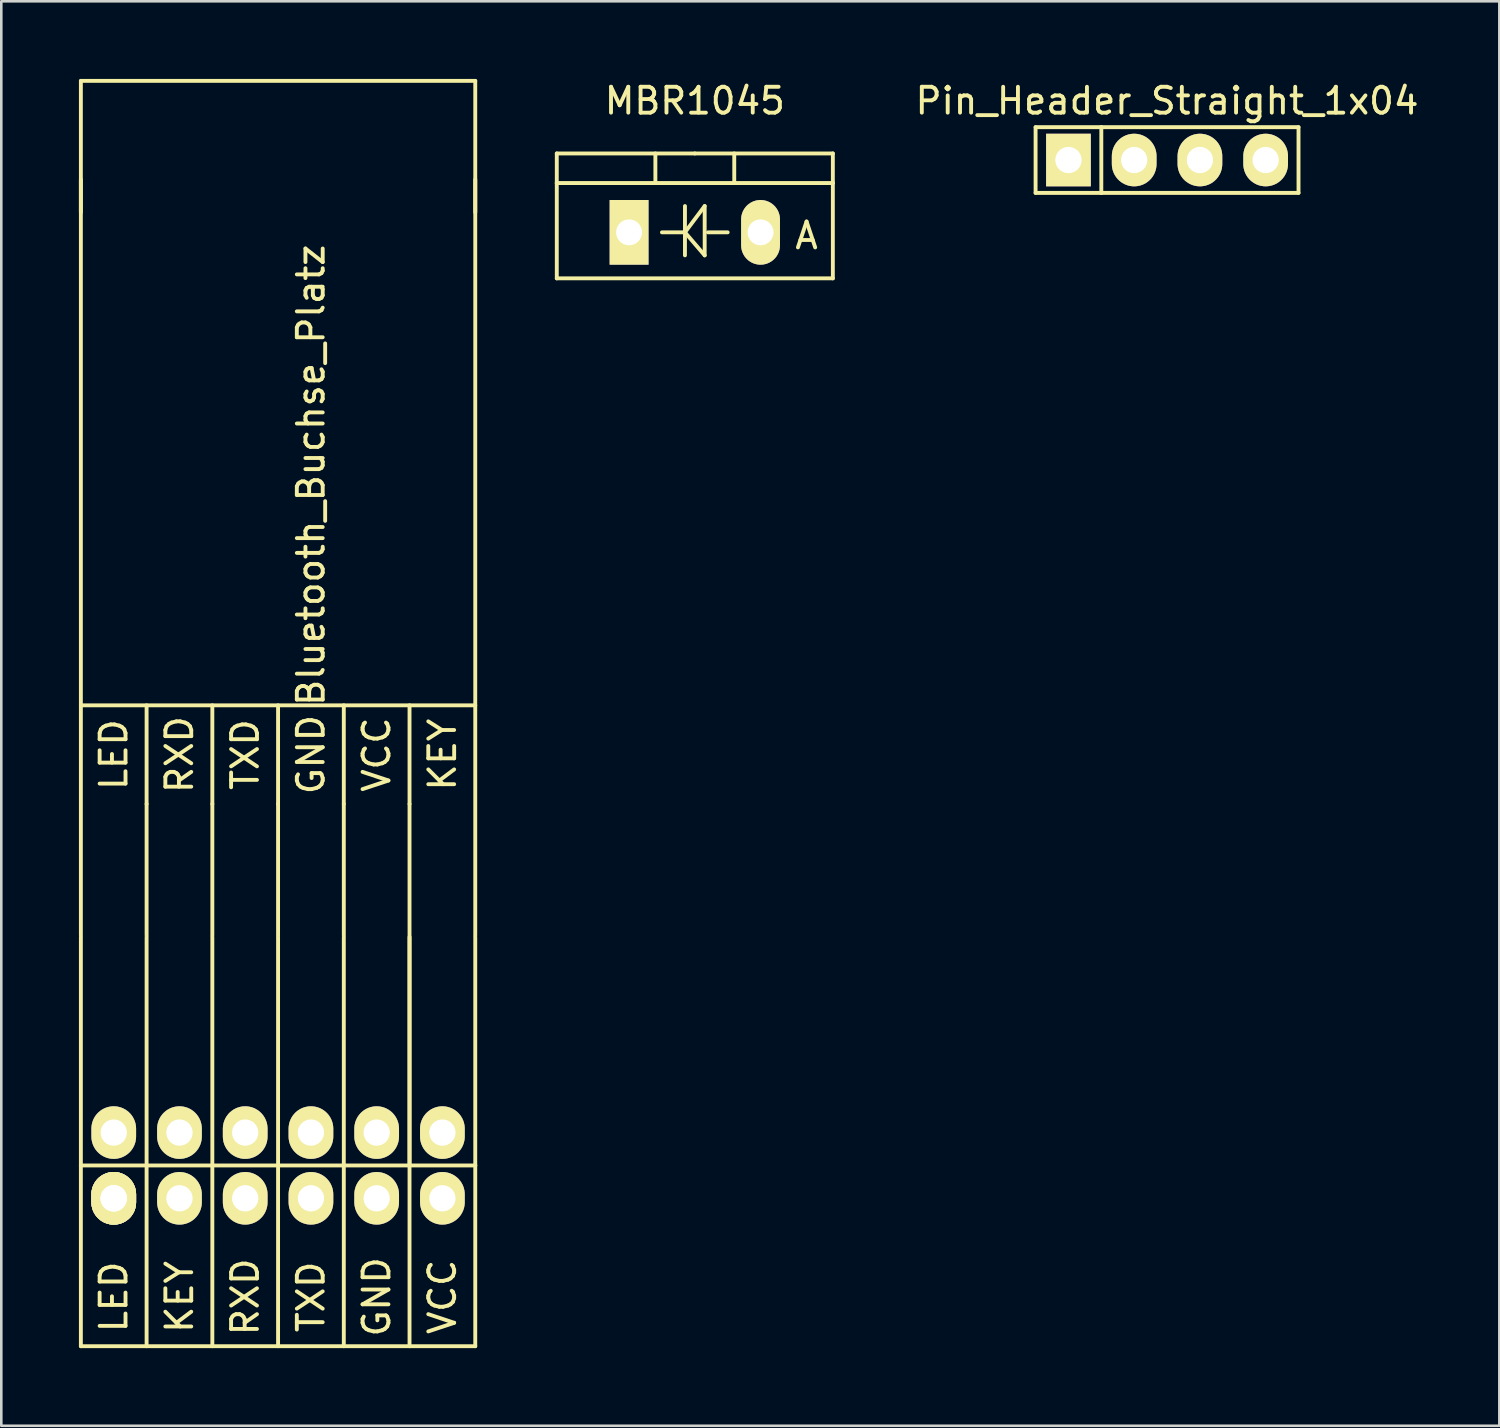
<source format=kicad_pcb>
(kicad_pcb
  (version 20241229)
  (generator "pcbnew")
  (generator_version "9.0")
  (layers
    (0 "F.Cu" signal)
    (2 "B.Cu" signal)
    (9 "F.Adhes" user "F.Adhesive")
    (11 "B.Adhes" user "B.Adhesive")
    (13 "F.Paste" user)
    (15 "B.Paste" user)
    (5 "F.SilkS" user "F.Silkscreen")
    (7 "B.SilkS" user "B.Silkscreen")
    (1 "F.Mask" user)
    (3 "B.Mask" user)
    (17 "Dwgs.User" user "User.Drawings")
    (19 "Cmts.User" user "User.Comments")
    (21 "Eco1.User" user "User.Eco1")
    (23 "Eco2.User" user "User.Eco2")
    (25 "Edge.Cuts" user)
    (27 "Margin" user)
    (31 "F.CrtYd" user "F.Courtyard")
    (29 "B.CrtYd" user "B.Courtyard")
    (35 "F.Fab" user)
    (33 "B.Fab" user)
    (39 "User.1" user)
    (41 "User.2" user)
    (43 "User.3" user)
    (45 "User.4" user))
  (footprint "MBR1045"
    (layer "F.Cu")
    (at 23.799 5.928)
    (property "Reference" "MBR1045" (at 0 -5.08 0) (layer "F.SilkS") (effects (font (size 1 1) (thickness 0.15))))
    (attr through_hole)
    (fp_line (start -5.334 -1.905) (end -5.334 -3.048) (stroke (width 0.15) (type solid)) (layer "F.SilkS"))
    (fp_line (start -5.334 1.778) (end -5.334 -1.905) (stroke (width 0.15) (type solid)) (layer "F.SilkS"))
    (fp_line (start -1.524 -3.048) (end -1.524 -1.905) (stroke (width 0.15) (type solid)) (layer "F.SilkS"))
    (fp_line (start -0.381 -1.016) (end -0.381 0.889) (stroke (width 0.15) (type solid)) (layer "F.SilkS"))
    (fp_line (start -0.381 0) (end -1.27 0) (stroke (width 0.15) (type solid)) (layer "F.SilkS"))
    (fp_line (start -0.381 0) (end 0.381 -1.016) (stroke (width 0.15) (type solid)) (layer "F.SilkS"))
    (fp_line (start 0 -3.048) (end -5.334 -3.048) (stroke (width 0.15) (type solid)) (layer "F.SilkS"))
    (fp_line (start 0 -3.048) (end 5.334 -3.048) (stroke (width 0.15) (type solid)) (layer "F.SilkS"))
    (fp_line (start 0.381 -1.016) (end 0.381 0.889) (stroke (width 0.15) (type solid)) (layer "F.SilkS"))
    (fp_line (start 0.381 0.889) (end -0.381 0) (stroke (width 0.15) (type solid)) (layer "F.SilkS"))
    (fp_line (start 0.508 0) (end 1.27 0) (stroke (width 0.15) (type solid)) (layer "F.SilkS"))
    (fp_line (start 1.524 -3.048) (end 1.524 -1.905) (stroke (width 0.15) (type solid)) (layer "F.SilkS"))
    (fp_line (start 5.334 -3.048) (end 5.334 -1.905) (stroke (width 0.15) (type solid)) (layer "F.SilkS"))
    (fp_line (start 5.334 -1.905) (end -5.334 -1.905) (stroke (width 0.15) (type solid)) (layer "F.SilkS"))
    (fp_line (start 5.334 -1.905) (end 5.334 1.778) (stroke (width 0.15) (type solid)) (layer "F.SilkS"))
    (fp_line (start 5.334 1.778) (end -5.334 1.778) (stroke (width 0.15) (type solid)) (layer "F.SilkS"))
    (fp_text user "A" (at 4.318 0.127 0) (layer "F.SilkS") (effects (font (size 1 1) (thickness 0.15))))
    (pad "1" thru_hole oval (at 2.54 0 90) (size 2.499 1.501) (drill 1.001) (layers "*.Cu" "*.Mask" "F.SilkS"))
    (pad "2" thru_hole rect (at -2.54 0 90) (size 2.499 1.501) (drill 1.001) (layers "*.Cu" "*.Mask" "F.SilkS")))
  (footprint "Bluetooth_Buchse_Platz"
    (layer "F.Cu")
    (at 7.695 43.255)
    (property "Reference" "Bluetooth_Buchse_Platz" (at 1.27 -27.94 90) (layer "F.SilkS") (effects (font (size 1 1) (thickness 0.15))))
    (attr through_hole)
    (fp_line (start -7.62 -43.18) (end -7.62 -38.1) (stroke (width 0.15) (type solid)) (layer "F.SilkS"))
    (fp_line (start -7.62 -10.16) (end -7.62 -39.37) (stroke (width 0.15) (type solid)) (layer "F.SilkS"))
    (fp_line (start -7.62 -10.1) (end -7.62 -1.27) (stroke (width 0.15) (type solid)) (layer "F.SilkS"))
    (fp_line (start -7.62 -1.27) (end -7.62 5.715) (stroke (width 0.15) (type solid)) (layer "F.SilkS"))
    (fp_line (start -7.62 5.715) (end 7.62 5.715) (stroke (width 0.15) (type solid)) (layer "F.SilkS"))
    (fp_line (start -5.08 -15.24) (end -5.08 -19.05) (stroke (width 0.15) (type solid)) (layer "F.SilkS"))
    (fp_line (start -5.08 -10.16) (end -5.08 -15.24) (stroke (width 0.15) (type solid)) (layer "F.SilkS"))
    (fp_line (start -5.08 -10.1) (end -5.08 -1.27) (stroke (width 0.15) (type solid)) (layer "F.SilkS"))
    (fp_line (start -5.08 -1.27) (end -7.62 -1.27) (stroke (width 0.15) (type solid)) (layer "F.SilkS"))
    (fp_line (start -5.08 -1.27) (end -5.08 5.715) (stroke (width 0.15) (type solid)) (layer "F.SilkS"))
    (fp_line (start -2.54 -15.24) (end -2.54 -19.05) (stroke (width 0.15) (type solid)) (layer "F.SilkS"))
    (fp_line (start -2.54 -10.16) (end -2.54 -15.24) (stroke (width 0.15) (type solid)) (layer "F.SilkS"))
    (fp_line (start -2.54 -10.1) (end -2.54 -1.27) (stroke (width 0.15) (type solid)) (layer "F.SilkS"))
    (fp_line (start -2.54 -1.27) (end -5.08 -1.27) (stroke (width 0.15) (type solid)) (layer "F.SilkS"))
    (fp_line (start -2.54 -1.27) (end -2.54 5.715) (stroke (width 0.15) (type solid)) (layer "F.SilkS"))
    (fp_line (start 0 -15.24) (end 0 -19.05) (stroke (width 0.15) (type solid)) (layer "F.SilkS"))
    (fp_line (start 0 -10.16) (end 0 -15.24) (stroke (width 0.15) (type solid)) (layer "F.SilkS"))
    (fp_line (start 0 -10.1) (end 0 -1.27) (stroke (width 0.15) (type solid)) (layer "F.SilkS"))
    (fp_line (start 0 -1.27) (end -2.54 -1.27) (stroke (width 0.15) (type solid)) (layer "F.SilkS"))
    (fp_line (start 0 -1.27) (end 0 5.715) (stroke (width 0.15) (type solid)) (layer "F.SilkS"))
    (fp_line (start 2.54 -15.24) (end 2.54 -19.05) (stroke (width 0.15) (type solid)) (layer "F.SilkS"))
    (fp_line (start 2.54 -10.16) (end 2.54 -15.24) (stroke (width 0.15) (type solid)) (layer "F.SilkS"))
    (fp_line (start 2.54 -10.1) (end 2.54 -1.27) (stroke (width 0.15) (type solid)) (layer "F.SilkS"))
    (fp_line (start 2.54 -1.27) (end 0 -1.27) (stroke (width 0.15) (type solid)) (layer "F.SilkS"))
    (fp_line (start 2.54 -1.27) (end 2.54 5.715) (stroke (width 0.15) (type solid)) (layer "F.SilkS"))
    (fp_line (start 5.08 -15.24) (end 5.08 -19.05) (stroke (width 0.15) (type solid)) (layer "F.SilkS"))
    (fp_line (start 5.08 -10.16) (end 5.08 -15.24) (stroke (width 0.15) (type solid)) (layer "F.SilkS"))
    (fp_line (start 5.08 -10.1) (end 5.08 -1.27) (stroke (width 0.15) (type solid)) (layer "F.SilkS"))
    (fp_line (start 5.08 -1.27) (end 2.54 -1.27) (stroke (width 0.15) (type solid)) (layer "F.SilkS"))
    (fp_line (start 5.08 -1.27) (end 5.08 -10.1) (stroke (width 0.15) (type solid)) (layer "F.SilkS"))
    (fp_line (start 5.08 -1.27) (end 5.08 5.715) (stroke (width 0.15) (type solid)) (layer "F.SilkS"))
    (fp_line (start 7.62 -43.18) (end -7.62 -43.18) (stroke (width 0.15) (type solid)) (layer "F.SilkS"))
    (fp_line (start 7.62 -39.37) (end 7.62 -10.16) (stroke (width 0.15) (type solid)) (layer "F.SilkS"))
    (fp_line (start 7.62 -38.1) (end 7.62 -43.18) (stroke (width 0.15) (type solid)) (layer "F.SilkS"))
    (fp_line (start 7.62 -19.05) (end -7.62 -19.05) (stroke (width 0.15) (type solid)) (layer "F.SilkS"))
    (fp_line (start 7.62 -1.27) (end 5.08 -1.27) (stroke (width 0.15) (type solid)) (layer "F.SilkS"))
    (fp_line (start 7.62 -1.27) (end 7.62 -10.1) (stroke (width 0.15) (type solid)) (layer "F.SilkS"))
    (fp_line (start 7.62 5.715) (end 7.62 -1.27) (stroke (width 0.15) (type solid)) (layer "F.SilkS"))
    (fp_text user "RXD" (at -3.81 -17.145 90) (layer "F.SilkS") (effects (font (size 1 1) (thickness 0.15))))
    (fp_text user "KEY" (at 6.35 -17.145 90) (layer "F.SilkS") (effects (font (size 1 1) (thickness 0.15))))
    (fp_text user "KEY" (at -3.81 3.81 90) (layer "F.SilkS") (effects (font (size 1 1) (thickness 0.15))))
    (fp_text user "TXD" (at -1.27 -17.145 90) (layer "F.SilkS") (effects (font (size 1 1) (thickness 0.15))))
    (fp_text user "LED" (at -6.35 -17.145 90) (layer "F.SilkS") (effects (font (size 1 1) (thickness 0.15))))
    (fp_text user "VCC" (at 6.35 3.81 90) (layer "F.SilkS") (effects (font (size 1 1) (thickness 0.15))))
    (fp_text user "TXD" (at 1.27 3.81 90) (layer "F.SilkS") (effects (font (size 1 1) (thickness 0.15))))
    (fp_text user "GND" (at 1.27 -17.145 90) (layer "F.SilkS") (effects (font (size 1 1) (thickness 0.15))))
    (fp_text user "GND" (at 3.81 3.81 90) (layer "F.SilkS") (effects (font (size 1 1) (thickness 0.15))))
    (fp_text user "RXD" (at -1.27 3.81 90) (layer "F.SilkS") (effects (font (size 1 1) (thickness 0.15))))
    (fp_text user "LED" (at -6.35 3.81 90) (layer "F.SilkS") (effects (font (size 1 1) (thickness 0.15))))
    (fp_text user "VCC" (at 3.81 -17.145 90) (layer "F.SilkS") (effects (font (size 1 1) (thickness 0.15))))
    (pad "GND" thru_hole oval (at 1.27 -2.54 180) (size 1.727 2.032) (drill 1.016) (layers "*.Cu" "*.Mask" "F.SilkS"))
    (pad "GND" thru_hole oval (at 3.81 0 180) (size 1.727 2.032) (drill 1.016) (layers "*.Cu" "*.Mask" "F.SilkS"))
    (pad "Key" thru_hole oval (at -3.81 0 180) (size 1.727 2.032) (drill 1.016) (layers "*.Cu" "*.Mask" "F.SilkS"))
    (pad "Key" thru_hole oval (at 6.35 -2.54 180) (size 1.727 2.032) (drill 1.016) (layers "*.Cu" "*.Mask" "F.SilkS"))
    (pad "LED" thru_hole oval (at -6.35 -2.54 180) (size 1.727 2.032) (drill 1.016) (layers "*.Cu" "*.Mask" "F.SilkS"))
    (pad "LED" thru_hole oval (at -6.35 0 180) (size 1.727 2.032) (drill 1.016) (layers "*.Cu" "*.Mask" "F.SilkS"))
    (pad "LED" thru_hole oval (at -6.35 0 180) (size 1.727 2.032) (drill 1.016) (layers "*.Cu" "*.Mask" "F.SilkS"))
    (pad "LED" thru_hole oval (at -6.35 0 180) (size 1.727 2.032) (drill 1.016) (layers "*.Cu" "*.Mask" "F.SilkS"))
    (pad "RXD" thru_hole oval (at -3.81 -2.54 180) (size 1.727 2.032) (drill 1.016) (layers "*.Cu" "*.Mask" "F.SilkS"))
    (pad "RXD" thru_hole oval (at -1.27 0 180) (size 1.727 2.032) (drill 1.016) (layers "*.Cu" "*.Mask" "F.SilkS"))
    (pad "TXD" thru_hole oval (at -1.27 -2.54 180) (size 1.727 2.032) (drill 1.016) (layers "*.Cu" "*.Mask" "F.SilkS"))
    (pad "TXD" thru_hole oval (at 1.27 0 180) (size 1.727 2.032) (drill 1.016) (layers "*.Cu" "*.Mask" "F.SilkS"))
    (pad "VCC" thru_hole oval (at 3.81 -2.54 180) (size 1.727 2.032) (drill 1.016) (layers "*.Cu" "*.Mask" "F.SilkS"))
    (pad "VCC" thru_hole oval (at 6.35 0 180) (size 1.727 2.032) (drill 1.016) (layers "*.Cu" "*.Mask" "F.SilkS")))
  (footprint "Pin_Header_Straight_1x04"
    (layer "F.Cu")
    (at 42.047 3.134)
    (property "Reference" "Pin_Header_Straight_1x04" (at 0 -2.286 0) (layer "F.SilkS") (effects (font (size 1 1) (thickness 0.15))))
    (attr through_hole)
    (fp_line (start -5.08 -1.27) (end -5.08 1.27) (stroke (width 0.15) (type solid)) (layer "F.SilkS"))
    (fp_line (start -5.08 -1.27) (end -2.54 -1.27) (stroke (width 0.15) (type solid)) (layer "F.SilkS"))
    (fp_line (start -5.08 1.27) (end -2.54 1.27) (stroke (width 0.15) (type solid)) (layer "F.SilkS"))
    (fp_line (start -2.54 -1.27) (end -2.54 1.27) (stroke (width 0.15) (type solid)) (layer "F.SilkS"))
    (fp_line (start -2.54 -1.27) (end 5.08 -1.27) (stroke (width 0.15) (type solid)) (layer "F.SilkS"))
    (fp_line (start -2.54 1.27) (end 5.08 1.27) (stroke (width 0.15) (type solid)) (layer "F.SilkS"))
    (fp_line (start 5.08 1.27) (end 5.08 -1.27) (stroke (width 0.15) (type solid)) (layer "F.SilkS"))
    (pad "1" thru_hole rect (at -3.81 0) (size 1.727 2.032) (drill 1.016) (layers "*.Cu" "*.Mask" "F.SilkS"))
    (pad "2" thru_hole oval (at -1.27 0) (size 1.727 2.032) (drill 1.016) (layers "*.Cu" "*.Mask" "F.SilkS"))
    (pad "3" thru_hole oval (at 1.27 0) (size 1.727 2.032) (drill 1.016) (layers "*.Cu" "*.Mask" "F.SilkS"))
    (pad "4" thru_hole oval (at 3.81 0) (size 1.727 2.032) (drill 1.016) (layers "*.Cu" "*.Mask" "F.SilkS")))
  (gr_rect
    (start -3 -3)
    (end 54.887 52.045)
    (stroke (width 0.1) (type default))
    (fill no)
    (layer "Edge.Cuts")))
</source>
